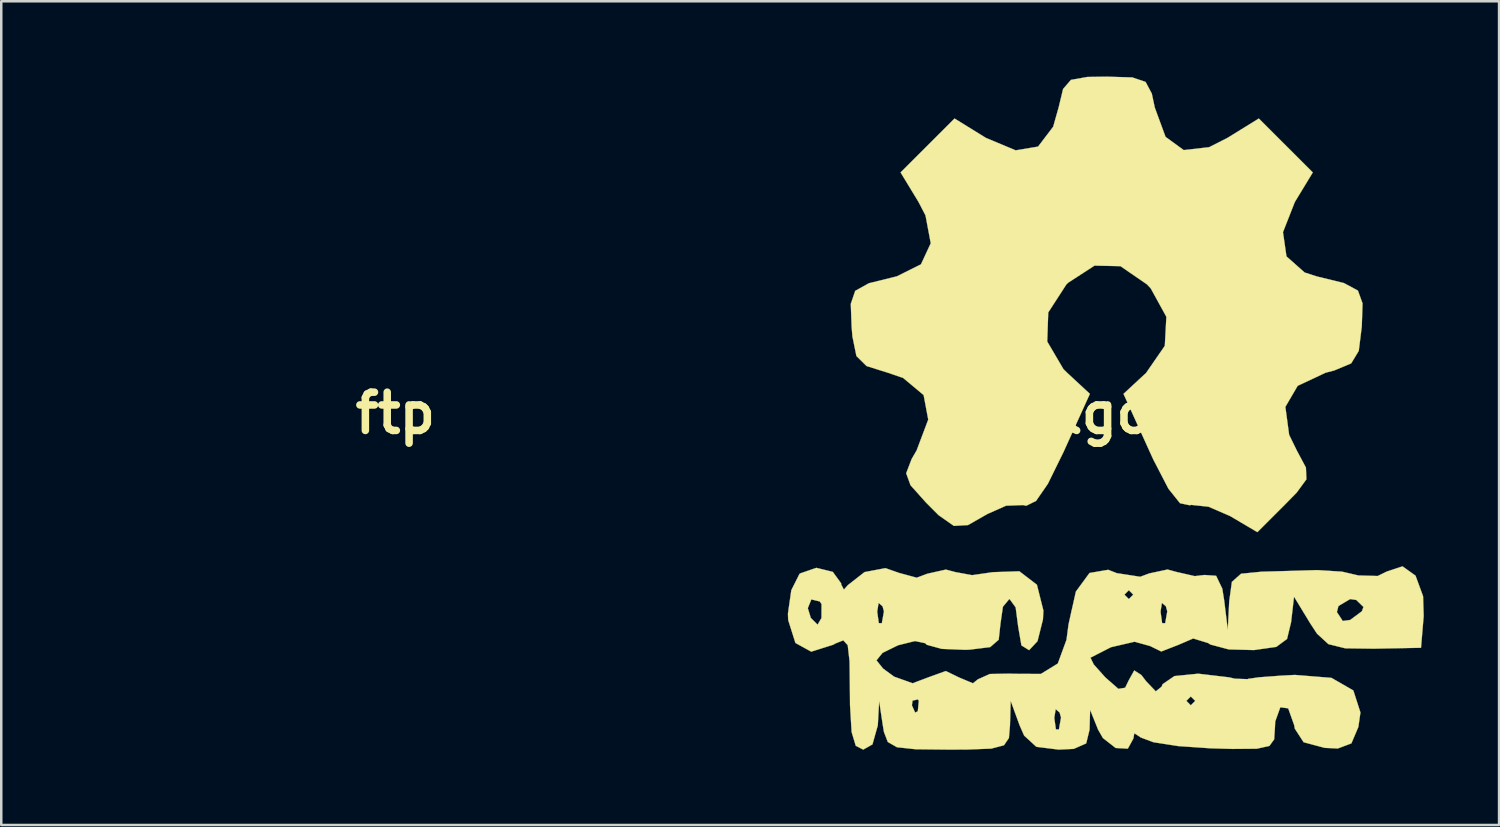
<source format=kicad_pcb>
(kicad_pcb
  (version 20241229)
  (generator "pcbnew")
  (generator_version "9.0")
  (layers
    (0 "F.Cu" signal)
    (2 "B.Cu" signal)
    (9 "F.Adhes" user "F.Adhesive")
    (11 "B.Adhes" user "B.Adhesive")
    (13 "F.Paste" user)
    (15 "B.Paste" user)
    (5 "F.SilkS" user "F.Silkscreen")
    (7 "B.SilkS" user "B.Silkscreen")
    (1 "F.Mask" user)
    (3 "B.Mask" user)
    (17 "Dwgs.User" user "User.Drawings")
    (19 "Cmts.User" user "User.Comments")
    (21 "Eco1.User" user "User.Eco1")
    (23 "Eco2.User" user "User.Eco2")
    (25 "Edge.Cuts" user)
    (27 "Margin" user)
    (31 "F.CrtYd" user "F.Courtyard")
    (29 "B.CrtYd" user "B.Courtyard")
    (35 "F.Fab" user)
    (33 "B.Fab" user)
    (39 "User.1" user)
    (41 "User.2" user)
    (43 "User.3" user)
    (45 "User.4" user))
  (footprint "lgo"
    (layer "F.Cu")
    (at 41.045 13.411)
    (property "Reference" "lgo" (at 0 0 0) (layer "F.SilkS") (effects (font (size 1.524 1.524) (thickness 0.3))))
    (attr through_hole)
    (fp_poly (pts (xy 1.021 -13.376) (xy 1.549 -13.198) (xy 1.797 -12.733) (xy 1.916 -12.175) (xy 2.345 -11.008) (xy 3.068 -10.481) (xy 4.081 -10.596) (xy 4.809 -10.965) (xy 6.062 -11.739) (xy 8.212 -9.59) (xy 7.495 -8.411) (xy 7.024 -7.211) (xy 7.163 -6.246) (xy 7.886 -5.604) (xy 8.363 -5.449) (xy 9.452 -5.183) (xy 10.01 -4.883) (xy 10.194 -4.374) (xy 10.165 -3.477) (xy 10.163 -3.443) (xy 10.044 -2.482) (xy 9.742 -1.983) (xy 9.067 -1.7) (xy 8.722 -1.611) (xy 7.609 -1.088) (xy 7.119 -0.249) (xy 7.269 0.864) (xy 7.578 1.495) (xy 7.939 2.17) (xy 7.957 2.637) (xy 7.571 3.166) (xy 7.102 3.644) (xy 6.004 4.742) (xy 4.924 4.104) (xy 4.056 3.728) (xy 3.366 3.655) (xy 3.31 3.671) (xy 2.923 3.59) (xy 2.459 3.01) (xy 1.859 1.851) (xy 1.723 1.554) (xy 0.67 -0.768) (xy 1.57 -1.602) (xy 2.316 -2.682) (xy 2.378 -3.838) (xy 1.755 -4.971) (xy 1.604 -5.131) (xy 0.549 -5.856) (xy -0.485 -5.878) (xy -1.537 -5.196) (xy -1.604 -5.131) (xy -2.329 -4.011) (xy -2.369 -2.852) (xy -1.724 -1.754) (xy -1.57 -1.602) (xy -0.67 -0.768) (xy -1.723 1.554) (xy -2.343 2.815) (xy -2.814 3.497) (xy -3.207 3.691) (xy -3.331 3.663) (xy -4.009 3.688) (xy -4.753 4.018) (xy -5.526 4.46) (xy -6.09 4.492) (xy -6.699 4.065) (xy -7.203 3.558) (xy -7.816 2.873) (xy -7.989 2.396) (xy -7.773 1.832) (xy -7.573 1.486) (xy -7.11 0.257) (xy -7.294 -0.72) (xy -8.109 -1.401) (xy -8.722 -1.611) (xy -9.567 -1.876) (xy -9.972 -2.275) (xy -10.131 -3.053) (xy -10.163 -3.443) (xy -10.196 -4.354) (xy -10.02 -4.872) (xy -9.476 -5.175) (xy -8.405 -5.44) (xy -8.363 -5.449) (xy -7.4 -5.929) (xy -7.01 -6.768) (xy -7.219 -7.878) (xy -7.495 -8.411) (xy -8.212 -9.59) (xy -6.062 -11.739) (xy -4.809 -10.965) (xy -3.628 -10.471) (xy -2.734 -10.62) (xy -2.132 -11.412) (xy -1.916 -12.175) (xy -1.737 -12.916) (xy -1.425 -13.278) (xy -0.767 -13.395) (xy 0 -13.406) (xy 1.021 -13.376)) (stroke (width 0.01) (type solid)) (fill yes) (layer "F.SilkS"))
    (fp_poly (pts (xy 12.305 6.475) (xy 12.606 7.295) (xy 12.63 8.084) (xy 12.524 9.349) (xy 10.635 9.385) (xy 9.505 9.37) (xy 8.835 9.204) (xy 8.381 8.788) (xy 8.105 8.368) (xy 7.837 7.926) (xy 9.172 7.926) (xy 9.406 8.282) (xy 9.701 8.241) (xy 10.168 7.895) (xy 10.231 7.723) (xy 9.944 7.444) (xy 9.701 7.408) (xy 9.234 7.685) (xy 9.172 7.926) (xy 7.837 7.926) (xy 7.464 7.314) (xy 7.348 8.326) (xy 7.186 8.997) (xy 6.758 9.313) (xy 5.868 9.44) (xy 4.865 9.414) (xy 4.13 9.219) (xy 4.044 9.161) (xy 3.447 8.978) (xy 2.859 9.231) (xy 2.175 9.497) (xy 1.729 9.279) (xy 1.111 9.108) (xy 0.171 9.326) (xy -0.647 9.743) (xy -0.516 10.013) (xy -0.057 10.527) (xy 0.466 10.986) (xy 0.736 10.942) (xy 0.88 10.644) (xy 1.099 10.252) (xy 1.382 10.435) (xy 1.571 10.682) (xy 1.956 11.086) (xy 2.187 10.9) (xy 2.23 10.798) (xy 2.698 10.477) (xy 3.645 10.382) (xy 4.874 10.527) (xy 5.115 10.582) (xy 5.607 10.599) (xy 5.644 10.586) (xy 6.072 10.525) (xy 6.957 10.459) (xy 7.499 10.431) (xy 8.955 10.548) (xy 9.827 11.049) (xy 10.11 11.927) (xy 10.028 12.501) (xy 9.75 13.158) (xy 9.211 13.361) (xy 8.688 13.337) (xy 7.847 13.113) (xy 7.497 12.574) (xy 7.472 12.435) (xy 7.232 11.762) (xy 6.918 11.72) (xy 6.715 12.285) (xy 6.703 12.538) (xy 6.673 12.998) (xy 6.483 13.26) (xy 5.981 13.371) (xy 5.016 13.379) (xy 4.145 13.355) (xy 2.858 13.267) (xy 1.857 13.111) (xy 1.344 12.918) (xy 1.328 12.9) (xy 1.1 12.754) (xy 1.064 12.965) (xy 0.843 13.368) (xy 0.358 13.342) (xy -0.149 12.947) (xy -0.342 12.612) (xy -0.661 11.818) (xy -0.683 12.612) (xy -0.817 13.159) (xy -1.313 13.377) (xy -1.911 13.406) (xy -2.803 13.295) (xy -3.289 12.848) (xy -3.471 12.435) (xy -3.578 12.141) (xy -2.089 12.141) (xy -2.024 12.599) (xy -1.904 12.604) (xy -1.819 12.132) (xy -1.876 11.928) (xy -2.032 11.795) (xy -2.089 12.141) (xy -3.578 12.141) (xy -3.825 11.465) (xy 3.175 11.465) (xy 3.351 11.642) (xy 3.528 11.465) (xy 3.351 11.289) (xy 3.175 11.465) (xy -3.825 11.465) (xy -3.853 12.435) (xy -3.896 12.944) (xy -4.093 13.234) (xy -4.601 13.367) (xy -5.577 13.404) (xy -6.327 13.406) (xy -7.611 13.392) (xy -8.355 13.312) (xy -8.721 13.103) (xy -8.875 12.704) (xy -8.92 12.435) (xy -9.04 11.642) (xy -7.761 11.642) (xy -7.632 11.932) (xy -7.526 11.877) (xy -7.484 11.458) (xy -7.526 11.406) (xy -7.736 11.455) (xy -7.761 11.642) (xy -9.04 11.642) (xy -9.067 11.465) (xy -9.119 12.435) (xy -9.333 13.199) (xy -9.701 13.406) (xy -9.998 13.253) (xy -10.163 12.706) (xy -10.227 11.634) (xy -10.231 11.11) (xy -10.245 9.889) (xy -10.318 9.246) (xy -10.495 9.053) (xy -10.82 9.182) (xy -10.889 9.225) (xy -11.772 9.504) (xy -12.402 9.157) (xy -12.691 8.243) (xy -12.7 7.992) (xy -12.669 7.771) (xy -11.909 7.771) (xy -11.789 8.161) (xy -11.518 8.428) (xy -11.364 8.163) (xy -11.363 7.908) (xy -9.144 7.908) (xy -9.08 8.366) (xy -8.959 8.371) (xy -8.875 7.899) (xy -8.931 7.695) (xy -9.088 7.561) (xy -9.144 7.908) (xy -11.363 7.908) (xy -11.361 7.612) (xy -11.429 7.504) (xy -11.768 7.422) (xy -11.909 7.771) (xy -12.669 7.771) (xy -12.566 7.054) (xy -12.242 6.411) (xy -12.216 6.387) (xy -11.567 6.164) (xy -10.913 6.325) (xy -10.581 6.781) (xy -10.578 6.829) (xy -10.471 7.032) (xy -10.313 6.853) (xy -9.649 6.334) (xy -8.816 6.176) (xy -8.268 6.368) (xy -7.57 6.557) (xy -7.147 6.399) (xy -6.407 6.234) (xy -6.019 6.336) (xy -5.361 6.456) (xy -4.539 6.337) (xy -3.481 6.301) (xy -2.78 6.837) (xy -2.522 7.866) (xy -2.539 8.219) (xy -2.756 9.085) (xy -3.091 9.444) (xy -3.397 9.255) (xy -3.528 8.496) (xy -3.627 7.74) (xy -3.868 7.409) (xy -3.881 7.408) (xy -4.135 7.713) (xy -4.233 8.392) (xy -4.302 9.028) (xy -4.642 9.322) (xy -5.456 9.423) (xy -5.635 9.431) (xy -6.572 9.393) (xy -7.167 9.23) (xy -7.235 9.166) (xy -7.636 9.081) (xy -8.311 9.248) (xy -8.932 9.552) (xy -9.172 9.85) (xy -8.91 10.178) (xy -8.467 10.501) (xy -7.731 10.763) (xy -7.084 10.519) (xy -6.41 10.276) (xy -5.881 10.533) (xy -5.33 10.764) (xy -5.129 10.605) (xy -4.657 10.394) (xy -3.82 10.379) (xy -3.755 10.386) (xy -2.624 10.392) (xy -1.948 9.977) (xy -1.601 9.031) (xy -1.52 8.415) (xy -1.407 7.908) (xy 2.145 7.908) (xy 2.209 8.366) (xy 2.33 8.371) (xy 2.414 7.899) (xy 2.358 7.695) (xy 2.201 7.561) (xy 2.145 7.908) (xy -1.407 7.908) (xy -1.255 7.232) (xy 0.706 7.232) (xy 0.882 7.408) (xy 1.058 7.232) (xy 0.882 7.056) (xy 0.706 7.232) (xy -1.255 7.232) (xy -1.229 7.112) (xy -0.684 6.369) (xy 0.06 6.242) (xy 0.402 6.376) (xy 1.336 6.52) (xy 1.695 6.387) (xy 2.425 6.231) (xy 2.792 6.331) (xy 3.509 6.494) (xy 3.895 6.449) (xy 4.36 6.48) (xy 4.606 6.994) (xy 4.681 7.462) (xy 4.826 8.643) (xy 4.882 7.497) (xy 4.989 6.723) (xy 5.354 6.399) (xy 6.174 6.318) (xy 7.354 6.285) (xy 8.398 6.254) (xy 9.381 6.317) (xy 10.03 6.468) (xy 10.798 6.489) (xy 11.157 6.313) (xy 11.787 6.105) (xy 12.305 6.475)) (stroke (width 0.01) (type solid)) (fill yes) (layer "F.SilkS")))
  (footprint "ftp"
    (layer "F.Cu")
    (at 12.705 13.411)
    (property "Reference" "ftp" (at 0 0 0) (layer "F.SilkS") (effects (font (size 1.524 1.524) (thickness 0.3))))
    (attr through_hole)
    (fp_poly (pts (xy 1.021 -13.376) (xy 1.549 -13.198) (xy 1.797 -12.733) (xy 1.916 -12.175) (xy 2.345 -11.008) (xy 3.068 -10.481) (xy 4.081 -10.596) (xy 4.809 -10.965) (xy 6.062 -11.739) (xy 8.212 -9.59) (xy 7.495 -8.411) (xy 7.024 -7.211) (xy 7.163 -6.246) (xy 7.886 -5.604) (xy 8.363 -5.449) (xy 9.452 -5.183) (xy 10.01 -4.883) (xy 10.194 -4.374) (xy 10.165 -3.477) (xy 10.163 -3.443) (xy 10.044 -2.482) (xy 9.742 -1.983) (xy 9.067 -1.7) (xy 8.722 -1.611) (xy 7.609 -1.088) (xy 7.119 -0.249) (xy 7.269 0.864) (xy 7.578 1.495) (xy 7.939 2.17) (xy 7.957 2.637) (xy 7.571 3.166) (xy 7.102 3.644) (xy 6.004 4.742) (xy 4.924 4.104) (xy 4.056 3.728) (xy 3.366 3.655) (xy 3.31 3.671) (xy 2.923 3.59) (xy 2.459 3.01) (xy 1.859 1.851) (xy 1.723 1.554) (xy 0.67 -0.768) (xy 1.57 -1.602) (xy 2.316 -2.682) (xy 2.378 -3.838) (xy 1.755 -4.971) (xy 1.604 -5.131) (xy 0.549 -5.856) (xy -0.485 -5.878) (xy -1.537 -5.196) (xy -1.604 -5.131) (xy -2.329 -4.011) (xy -2.369 -2.852) (xy -1.724 -1.754) (xy -1.57 -1.602) (xy -0.67 -0.768) (xy -1.723 1.554) (xy -2.343 2.815) (xy -2.814 3.497) (xy -3.207 3.691) (xy -3.331 3.663) (xy -4.009 3.688) (xy -4.753 4.018) (xy -5.526 4.46) (xy -6.09 4.492) (xy -6.699 4.065) (xy -7.203 3.558) (xy -7.816 2.873) (xy -7.989 2.396) (xy -7.773 1.832) (xy -7.573 1.486) (xy -7.11 0.257) (xy -7.294 -0.72) (xy -8.109 -1.401) (xy -8.722 -1.611) (xy -9.567 -1.876) (xy -9.972 -2.275) (xy -10.131 -3.053) (xy -10.163 -3.443) (xy -10.196 -4.354) (xy -10.02 -4.872) (xy -9.476 -5.175) (xy -8.405 -5.44) (xy -8.363 -5.449) (xy -7.4 -5.929) (xy -7.01 -6.768) (xy -7.219 -7.878) (xy -7.495 -8.411) (xy -8.212 -9.59) (xy -6.062 -11.739) (xy -4.809 -10.965) (xy -3.628 -10.471) (xy -2.734 -10.62) (xy -2.132 -11.412) (xy -1.916 -12.175) (xy -1.737 -12.916) (xy -1.425 -13.278) (xy -0.767 -13.395) (xy 0 -13.406) (xy 1.021 -13.376)) (stroke (width 0.01) (type solid)) (fill yes) (layer "F.Mask"))
    (fp_poly (pts (xy 12.305 6.475) (xy 12.606 7.295) (xy 12.63 8.084) (xy 12.524 9.349) (xy 10.635 9.385) (xy 9.505 9.37) (xy 8.835 9.204) (xy 8.381 8.788) (xy 8.105 8.368) (xy 7.837 7.926) (xy 9.172 7.926) (xy 9.406 8.282) (xy 9.701 8.241) (xy 10.168 7.895) (xy 10.231 7.723) (xy 9.944 7.444) (xy 9.701 7.408) (xy 9.234 7.685) (xy 9.172 7.926) (xy 7.837 7.926) (xy 7.464 7.314) (xy 7.348 8.326) (xy 7.186 8.997) (xy 6.758 9.313) (xy 5.868 9.44) (xy 4.865 9.414) (xy 4.13 9.219) (xy 4.044 9.161) (xy 3.447 8.978) (xy 2.859 9.231) (xy 2.175 9.497) (xy 1.729 9.279) (xy 1.111 9.108) (xy 0.171 9.326) (xy -0.647 9.743) (xy -0.516 10.013) (xy -0.057 10.527) (xy 0.466 10.986) (xy 0.736 10.942) (xy 0.88 10.644) (xy 1.099 10.252) (xy 1.382 10.435) (xy 1.571 10.682) (xy 1.956 11.086) (xy 2.187 10.9) (xy 2.23 10.798) (xy 2.698 10.477) (xy 3.645 10.382) (xy 4.874 10.527) (xy 5.115 10.582) (xy 5.607 10.599) (xy 5.644 10.586) (xy 6.072 10.525) (xy 6.957 10.459) (xy 7.499 10.431) (xy 8.955 10.548) (xy 9.827 11.049) (xy 10.11 11.927) (xy 10.028 12.501) (xy 9.75 13.158) (xy 9.211 13.361) (xy 8.688 13.337) (xy 7.847 13.113) (xy 7.497 12.574) (xy 7.472 12.435) (xy 7.232 11.762) (xy 6.918 11.72) (xy 6.715 12.285) (xy 6.703 12.538) (xy 6.673 12.998) (xy 6.483 13.26) (xy 5.981 13.371) (xy 5.016 13.379) (xy 4.145 13.355) (xy 2.858 13.267) (xy 1.857 13.111) (xy 1.344 12.918) (xy 1.328 12.9) (xy 1.1 12.754) (xy 1.064 12.965) (xy 0.843 13.368) (xy 0.358 13.342) (xy -0.149 12.947) (xy -0.342 12.612) (xy -0.661 11.818) (xy -0.683 12.612) (xy -0.817 13.159) (xy -1.313 13.377) (xy -1.911 13.406) (xy -2.803 13.295) (xy -3.289 12.848) (xy -3.471 12.435) (xy -3.578 12.141) (xy -2.089 12.141) (xy -2.024 12.599) (xy -1.904 12.604) (xy -1.819 12.132) (xy -1.876 11.928) (xy -2.032 11.795) (xy -2.089 12.141) (xy -3.578 12.141) (xy -3.825 11.465) (xy 3.175 11.465) (xy 3.351 11.642) (xy 3.528 11.465) (xy 3.351 11.289) (xy 3.175 11.465) (xy -3.825 11.465) (xy -3.853 12.435) (xy -3.896 12.944) (xy -4.093 13.234) (xy -4.601 13.367) (xy -5.577 13.404) (xy -6.327 13.406) (xy -7.611 13.392) (xy -8.355 13.312) (xy -8.721 13.103) (xy -8.875 12.704) (xy -8.92 12.435) (xy -9.04 11.642) (xy -7.761 11.642) (xy -7.632 11.932) (xy -7.526 11.877) (xy -7.484 11.458) (xy -7.526 11.406) (xy -7.736 11.455) (xy -7.761 11.642) (xy -9.04 11.642) (xy -9.067 11.465) (xy -9.119 12.435) (xy -9.333 13.199) (xy -9.701 13.406) (xy -9.998 13.253) (xy -10.163 12.706) (xy -10.227 11.634) (xy -10.231 11.11) (xy -10.245 9.889) (xy -10.318 9.246) (xy -10.495 9.053) (xy -10.82 9.182) (xy -10.889 9.225) (xy -11.772 9.504) (xy -12.402 9.157) (xy -12.691 8.243) (xy -12.7 7.992) (xy -12.669 7.771) (xy -11.909 7.771) (xy -11.789 8.161) (xy -11.518 8.428) (xy -11.364 8.163) (xy -11.363 7.908) (xy -9.144 7.908) (xy -9.08 8.366) (xy -8.959 8.371) (xy -8.875 7.899) (xy -8.931 7.695) (xy -9.088 7.561) (xy -9.144 7.908) (xy -11.363 7.908) (xy -11.361 7.612) (xy -11.429 7.504) (xy -11.768 7.422) (xy -11.909 7.771) (xy -12.669 7.771) (xy -12.566 7.054) (xy -12.242 6.411) (xy -12.216 6.387) (xy -11.567 6.164) (xy -10.913 6.325) (xy -10.581 6.781) (xy -10.578 6.829) (xy -10.471 7.032) (xy -10.313 6.853) (xy -9.649 6.334) (xy -8.816 6.176) (xy -8.268 6.368) (xy -7.57 6.557) (xy -7.147 6.399) (xy -6.407 6.234) (xy -6.019 6.336) (xy -5.361 6.456) (xy -4.539 6.337) (xy -3.481 6.301) (xy -2.78 6.837) (xy -2.522 7.866) (xy -2.539 8.219) (xy -2.756 9.085) (xy -3.091 9.444) (xy -3.397 9.255) (xy -3.528 8.496) (xy -3.627 7.74) (xy -3.868 7.409) (xy -3.881 7.408) (xy -4.135 7.713) (xy -4.233 8.392) (xy -4.302 9.028) (xy -4.642 9.322) (xy -5.456 9.423) (xy -5.635 9.431) (xy -6.572 9.393) (xy -7.167 9.23) (xy -7.235 9.166) (xy -7.636 9.081) (xy -8.311 9.248) (xy -8.932 9.552) (xy -9.172 9.85) (xy -8.91 10.178) (xy -8.467 10.501) (xy -7.731 10.763) (xy -7.084 10.519) (xy -6.41 10.276) (xy -5.881 10.533) (xy -5.33 10.764) (xy -5.129 10.605) (xy -4.657 10.394) (xy -3.82 10.379) (xy -3.755 10.386) (xy -2.624 10.392) (xy -1.948 9.977) (xy -1.601 9.031) (xy -1.52 8.415) (xy -1.407 7.908) (xy 2.145 7.908) (xy 2.209 8.366) (xy 2.33 8.371) (xy 2.414 7.899) (xy 2.358 7.695) (xy 2.201 7.561) (xy 2.145 7.908) (xy -1.407 7.908) (xy -1.255 7.232) (xy 0.706 7.232) (xy 0.882 7.408) (xy 1.058 7.232) (xy 0.882 7.056) (xy 0.706 7.232) (xy -1.255 7.232) (xy -1.229 7.112) (xy -0.684 6.369) (xy 0.06 6.242) (xy 0.402 6.376) (xy 1.336 6.52) (xy 1.695 6.387) (xy 2.425 6.231) (xy 2.792 6.331) (xy 3.509 6.494) (xy 3.895 6.449) (xy 4.36 6.48) (xy 4.606 6.994) (xy 4.681 7.462) (xy 4.826 8.643) (xy 4.882 7.497) (xy 4.989 6.723) (xy 5.354 6.399) (xy 6.174 6.318) (xy 7.354 6.285) (xy 8.398 6.254) (xy 9.381 6.317) (xy 10.03 6.468) (xy 10.798 6.489) (xy 11.157 6.313) (xy 11.787 6.105) (xy 12.305 6.475)) (stroke (width 0.01) (type solid)) (fill yes) (layer "F.Mask")))
  (gr_rect
    (start -3 -3)
    (end 56.679 29.821)
    (stroke (width 0.1) (type default))
    (fill no)
    (layer "Edge.Cuts")))
</source>
